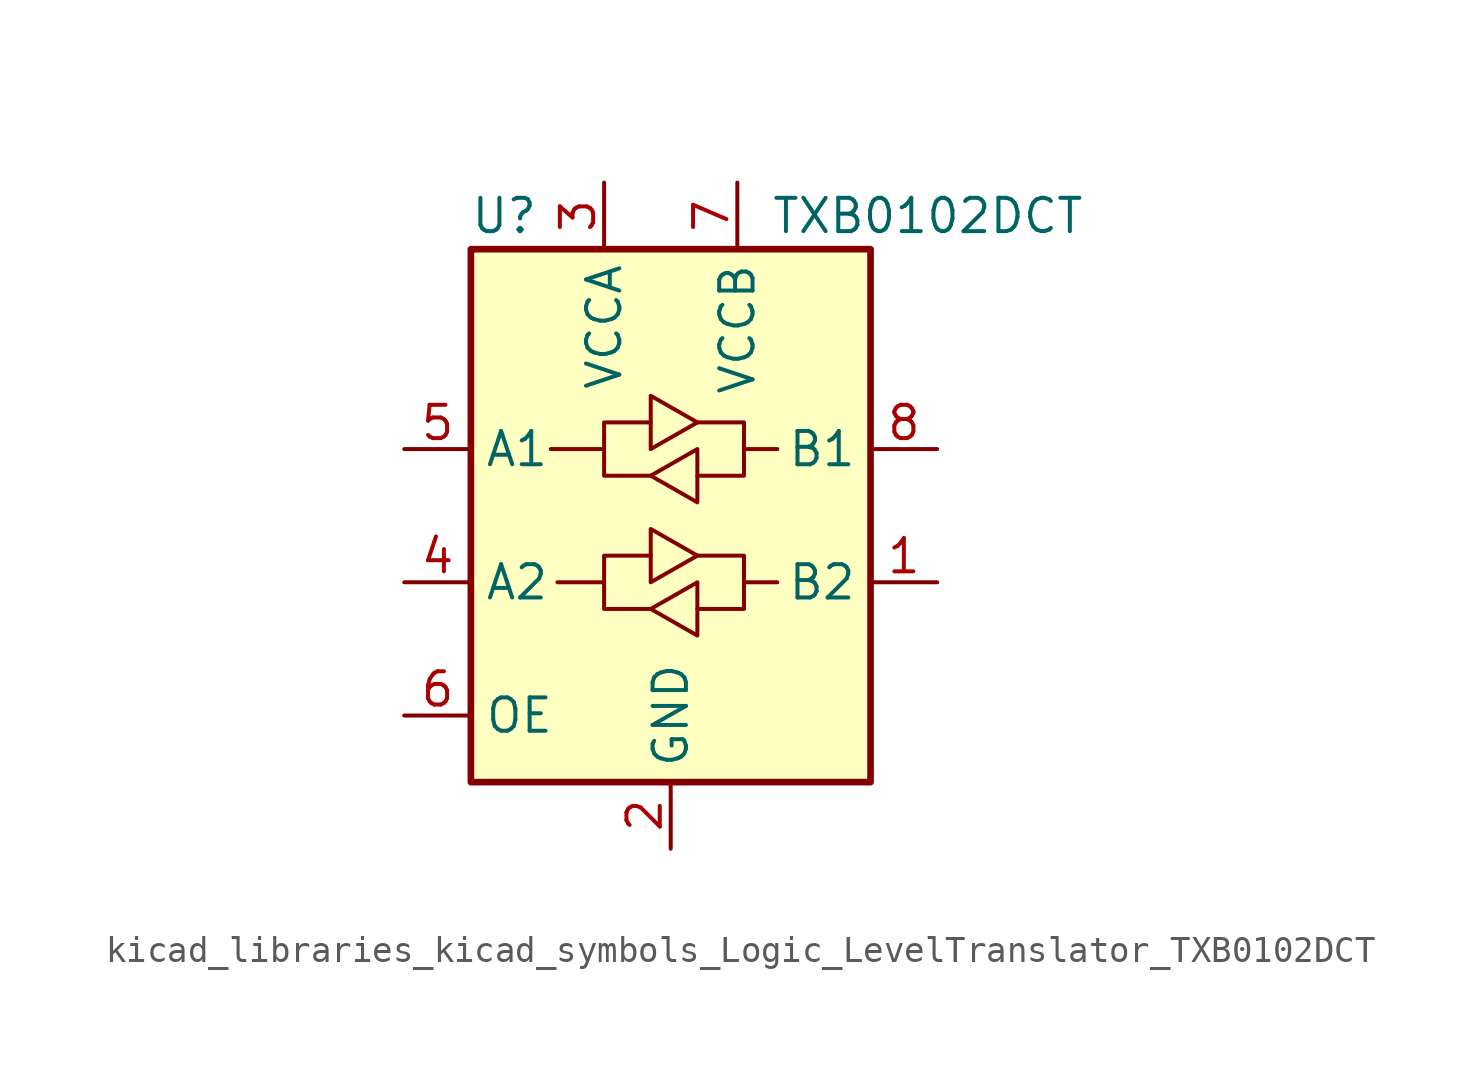
<source format=kicad_sym>
(kicad_symbol_lib
  (version 20220914)
  (generator kicad_symbol_editor)
  (symbol "kicad_libraries_kicad_symbols_Logic_LevelTranslator_TXB0102DCT"
    (property "Reference" "U"
      (at -6.35 11.43 0)
      (effects (font (size 1.27 1.27))))
    (property "Value" "TXB0102DCT"
      (at 3.81 11.43 0)
      (effects (font (size 1.27 1.27)) (justify left)))
    (symbol "kicad_libraries_kicad_symbols_Logic_LevelTranslator_TXB0102DCT_0_1"
      (rectangle (start -7.62 10.16) (end 7.62 -10.16) (stroke (width 0.254) (type default)) (fill (type background)))
      (polyline (pts (xy -2.54 -2.54) (xy -2.54 -1.524) (xy -0.762 -1.524)) (stroke (width 0) (type default)) (fill (type none)))
      (polyline (pts (xy -2.54 2.54) (xy -2.54 3.556) (xy -0.762 3.556)) (stroke (width 0) (type default)) (fill (type none)))
      (polyline (pts (xy 2.794 -2.54) (xy 2.794 -3.556) (xy 1.016 -3.556)) (stroke (width 0) (type default)) (fill (type none)))
      (polyline (pts (xy 2.794 2.54) (xy 2.794 1.524) (xy 1.016 1.524)) (stroke (width 0) (type default)) (fill (type none)))
      (polyline (pts (xy -0.762 -3.556) (xy -2.54 -3.556) (xy -2.54 -2.54) (xy -4.318 -2.54)) (stroke (width 0) (type default)) (fill (type none)))
      (polyline (pts (xy -0.762 -2.54) (xy -0.762 -0.508) (xy 1.016 -1.524) (xy -0.762 -2.54)) (stroke (width 0) (type default)) (fill (type background)))
      (polyline (pts (xy -0.762 1.524) (xy -2.54 1.524) (xy -2.54 2.54) (xy -4.572 2.54)) (stroke (width 0) (type default)) (fill (type none)))
      (polyline (pts (xy -0.762 2.54) (xy -0.762 4.572) (xy 1.016 3.556) (xy -0.762 2.54)) (stroke (width 0) (type default)) (fill (type none)))
      (polyline (pts (xy 1.016 -2.54) (xy 1.016 -4.572) (xy -0.762 -3.556) (xy 1.016 -2.54)) (stroke (width 0) (type default)) (fill (type none)))
      (polyline (pts (xy 1.016 -1.524) (xy 2.794 -1.524) (xy 2.794 -2.54) (xy 4.064 -2.54)) (stroke (width 0) (type default)) (fill (type none)))
      (polyline (pts (xy 1.016 3.556) (xy 2.794 3.556) (xy 2.794 2.54) (xy 4.064 2.54)) (stroke (width 0) (type default)) (fill (type none)))
      (polyline (pts (xy 1.016 2.54) (xy 1.016 0.762) (xy 1.016 0.508) (xy -0.762 1.524) (xy 1.016 2.54)) (stroke (width 0) (type default)) (fill (type none))))
    (symbol "kicad_libraries_kicad_symbols_Logic_LevelTranslator_TXB0102DCT_1_1"
      (pin bidirectional line (at 10.16 -2.54 180) (length 2.54) (name "B2" (effects (font (size 1.27 1.27)))) (number "1" (effects (font (size 1.27 1.27)))))
      (pin power_in line (at 0 -12.7 90) (length 2.54) (name "GND" (effects (font (size 1.27 1.27)))) (number "2" (effects (font (size 1.27 1.27)))))
      (pin power_in line (at -2.54 12.7 270) (length 2.54) (name "VCCA" (effects (font (size 1.27 1.27)))) (number "3" (effects (font (size 1.27 1.27)))))
      (pin bidirectional line (at -10.16 -2.54 0) (length 2.54) (name "A2" (effects (font (size 1.27 1.27)))) (number "4" (effects (font (size 1.27 1.27)))))
      (pin bidirectional line (at -10.16 2.54 0) (length 2.54) (name "A1" (effects (font (size 1.27 1.27)))) (number "5" (effects (font (size 1.27 1.27)))))
      (pin input line (at -10.16 -7.62 0) (length 2.54) (name "OE" (effects (font (size 1.27 1.27)))) (number "6" (effects (font (size 1.27 1.27)))))
      (pin power_in line (at 2.54 12.7 270) (length 2.54) (name "VCCB" (effects (font (size 1.27 1.27)))) (number "7" (effects (font (size 1.27 1.27)))))
      (pin bidirectional line (at 10.16 2.54 180) (length 2.54) (name "B1" (effects (font (size 1.27 1.27)))) (number "8" (effects (font (size 1.27 1.27))))))))
</source>
